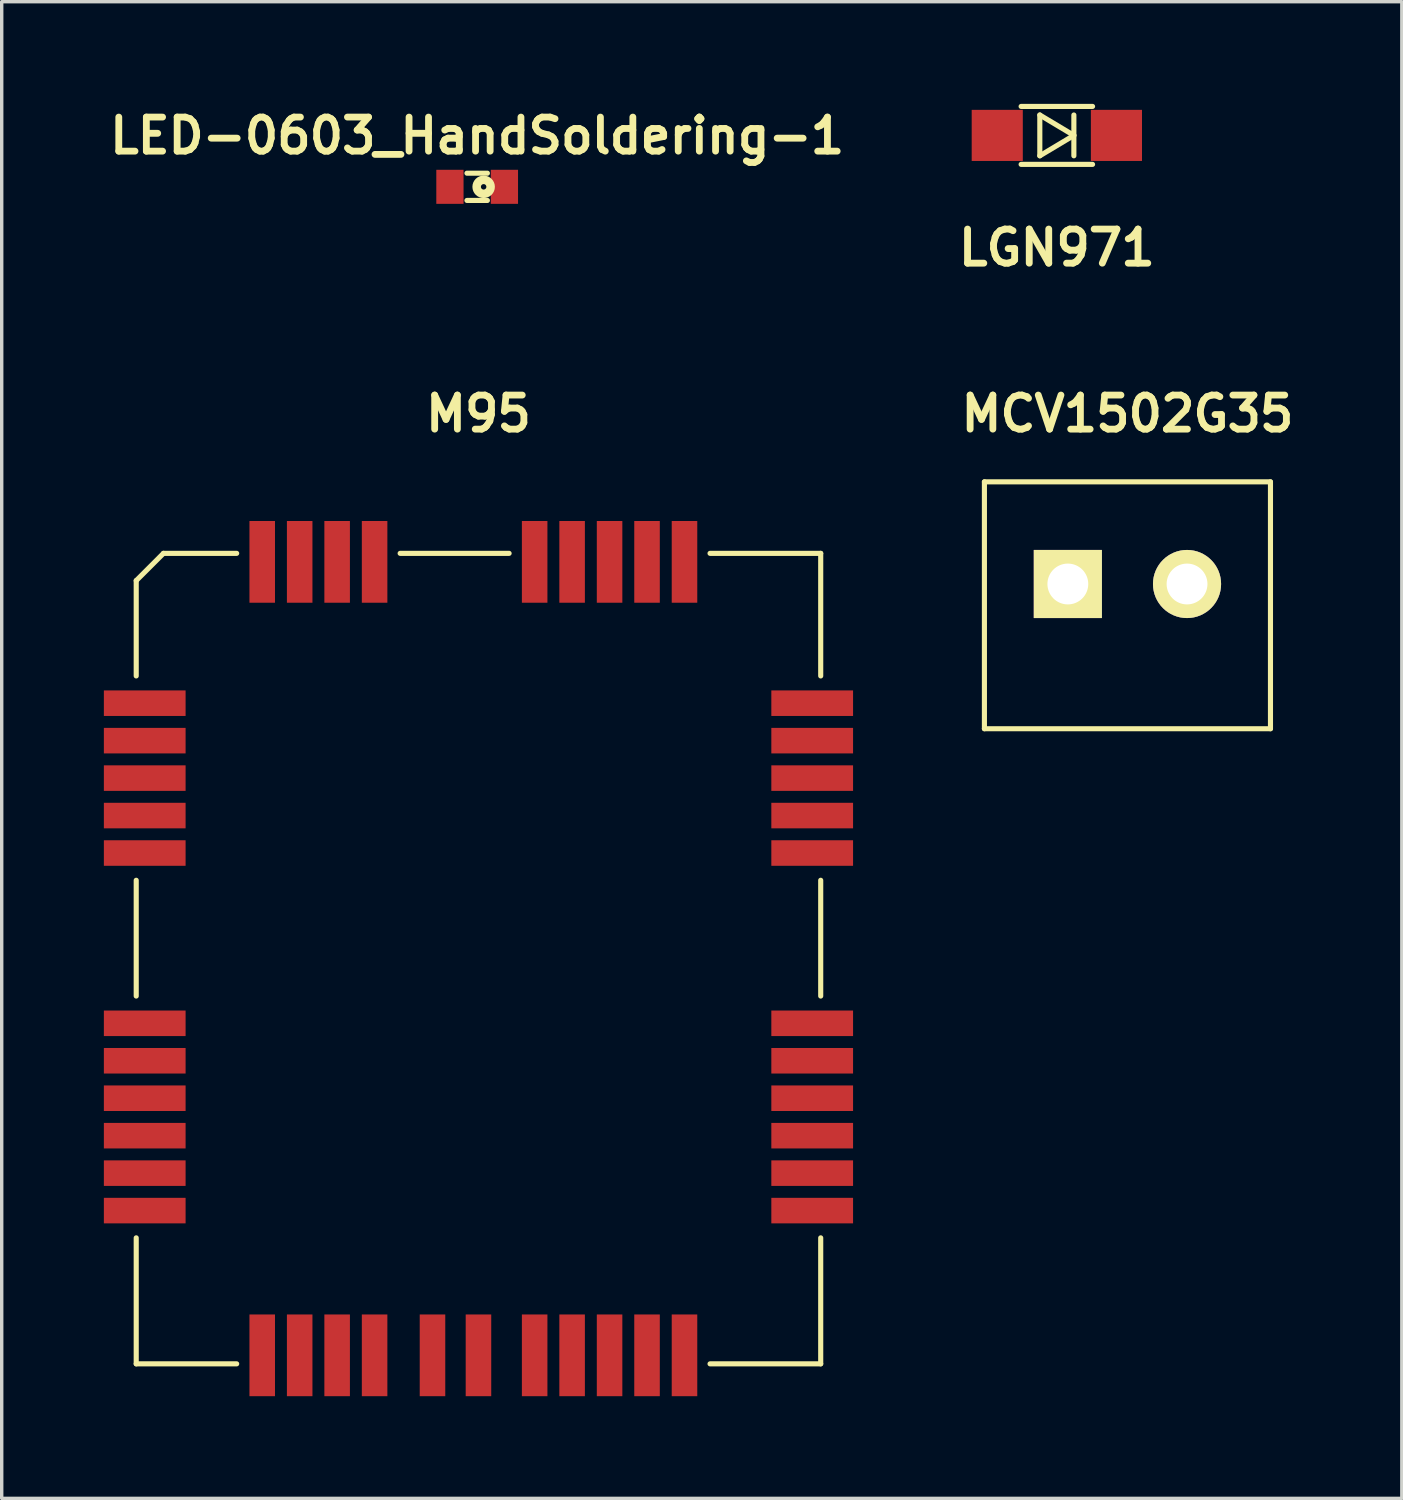
<source format=kicad_pcb>
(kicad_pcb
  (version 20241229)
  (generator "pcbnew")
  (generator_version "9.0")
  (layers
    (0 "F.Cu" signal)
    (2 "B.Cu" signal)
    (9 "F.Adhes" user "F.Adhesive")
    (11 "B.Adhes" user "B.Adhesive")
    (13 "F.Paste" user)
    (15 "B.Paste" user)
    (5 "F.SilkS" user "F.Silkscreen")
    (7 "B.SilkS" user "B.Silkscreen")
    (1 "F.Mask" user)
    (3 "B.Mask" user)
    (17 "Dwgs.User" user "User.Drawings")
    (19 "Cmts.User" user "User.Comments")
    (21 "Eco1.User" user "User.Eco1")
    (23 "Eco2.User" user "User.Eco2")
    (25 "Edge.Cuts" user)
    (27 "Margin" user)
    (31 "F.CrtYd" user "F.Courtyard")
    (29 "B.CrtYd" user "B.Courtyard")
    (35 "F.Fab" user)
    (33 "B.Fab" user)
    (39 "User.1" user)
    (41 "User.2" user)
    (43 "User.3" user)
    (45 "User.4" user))
  (footprint "LED-0603_HandSoldering-1"
    (layer "F.Cu")
    (at 10.962 2.436)
    (property "Reference" "LED-0603_HandSoldering-1" (at 0 -1.5 0) (layer "F.SilkS") (effects (font (size 1 1) (thickness 0.2))))
    (attr smd)
    (fp_line (start -0.3 -0.4) (end 0.3 -0.4) (stroke (width 0.15) (type solid)) (layer "F.SilkS"))
    (fp_line (start -0.3 0.4) (end 0.3 0.4) (stroke (width 0.15) (type solid)) (layer "F.SilkS"))
    (fp_circle (center 0.19 0) (end 0.11 0) (stroke (width 0.25) (type solid)) (fill no) (layer "F.SilkS"))
    (pad "1" smd rect (at -0.8 0 180) (size 0.8 1) (layers "F.Cu" "F.Mask" "F.Paste"))
    (pad "2" smd rect (at 0.8 0 180) (size 0.8 1) (layers "F.Cu" "F.Mask" "F.Paste")))
  (footprint "M95"
    (layer "F.Cu")
    (at 11 25.099)
    (property "Reference" "M95" (at 0 -16 0) (layer "F.SilkS") (effects (font (size 1 1) (thickness 0.2))))
    (attr through_hole)
    (fp_line (start -10.05 -11.1) (end -10.05 -8.3) (stroke (width 0.15) (type solid)) (layer "F.SilkS"))
    (fp_line (start -10.05 -11.1) (end -9.25 -11.9) (stroke (width 0.15) (type solid)) (layer "F.SilkS"))
    (fp_line (start -10.05 -2.3) (end -10.05 1.1) (stroke (width 0.15) (type solid)) (layer "F.SilkS"))
    (fp_line (start -10.05 8.2) (end -10.05 11.9) (stroke (width 0.15) (type solid)) (layer "F.SilkS"))
    (fp_line (start -10.05 11.9) (end -7.1 11.9) (stroke (width 0.15) (type solid)) (layer "F.SilkS"))
    (fp_line (start -7.1 -11.9) (end -9.25 -11.9) (stroke (width 0.15) (type solid)) (layer "F.SilkS"))
    (fp_line (start -2.3 -11.9) (end 0.9 -11.9) (stroke (width 0.15) (type solid)) (layer "F.SilkS"))
    (fp_line (start 6.8 -11.9) (end 10.05 -11.9) (stroke (width 0.15) (type solid)) (layer "F.SilkS"))
    (fp_line (start 10.05 -11.9) (end 10.05 -8.3) (stroke (width 0.15) (type solid)) (layer "F.SilkS"))
    (fp_line (start 10.05 -2.3) (end 10.05 1.1) (stroke (width 0.15) (type solid)) (layer "F.SilkS"))
    (fp_line (start 10.05 8.2) (end 10.05 11.9) (stroke (width 0.15) (type solid)) (layer "F.SilkS"))
    (fp_line (start 10.05 11.9) (end 6.8 11.9) (stroke (width 0.15) (type solid)) (layer "F.SilkS"))
    (pad "1" smd rect (at -9.8 -7.5) (size 2.4 0.75) (layers "F.Cu" "F.Mask" "F.Paste"))
    (pad "2" smd rect (at -9.8 -6.4) (size 2.4 0.75) (layers "F.Cu" "F.Mask" "F.Paste"))
    (pad "3" smd rect (at -9.8 -5.3) (size 2.4 0.75) (layers "F.Cu" "F.Mask" "F.Paste"))
    (pad "4" smd rect (at -9.8 -4.2) (size 2.4 0.75) (layers "F.Cu" "F.Mask" "F.Paste"))
    (pad "5" smd rect (at -9.8 -3.1) (size 2.4 0.75) (layers "F.Cu" "F.Mask" "F.Paste"))
    (pad "6" smd rect (at -9.8 1.9) (size 2.4 0.75) (layers "F.Cu" "F.Mask" "F.Paste"))
    (pad "7" smd rect (at -9.8 3) (size 2.4 0.75) (layers "F.Cu" "F.Mask" "F.Paste"))
    (pad "8" smd rect (at -9.8 4.1) (size 2.4 0.75) (layers "F.Cu" "F.Mask" "F.Paste"))
    (pad "9" smd rect (at -9.8 5.2) (size 2.4 0.75) (layers "F.Cu" "F.Mask" "F.Paste"))
    (pad "10" smd rect (at -9.8 6.3) (size 2.4 0.75) (layers "F.Cu" "F.Mask" "F.Paste"))
    (pad "11" smd rect (at -9.8 7.4) (size 2.4 0.75) (layers "F.Cu" "F.Mask" "F.Paste"))
    (pad "12" smd rect (at -6.35 11.65 90) (size 2.4 0.75) (layers "F.Cu" "F.Mask" "F.Paste"))
    (pad "13" smd rect (at -5.25 11.65 90) (size 2.4 0.75) (layers "F.Cu" "F.Mask" "F.Paste"))
    (pad "14" smd rect (at -4.15 11.65 90) (size 2.4 0.75) (layers "F.Cu" "F.Mask" "F.Paste"))
    (pad "15" smd rect (at -3.05 11.65 90) (size 2.4 0.75) (layers "F.Cu" "F.Mask" "F.Paste"))
    (pad "16" smd rect (at 1.65 11.65 90) (size 2.4 0.75) (layers "F.Cu" "F.Mask" "F.Paste"))
    (pad "17" smd rect (at 2.75 11.65 90) (size 2.4 0.75) (layers "F.Cu" "F.Mask" "F.Paste"))
    (pad "18" smd rect (at 3.85 11.65 90) (size 2.4 0.75) (layers "F.Cu" "F.Mask" "F.Paste"))
    (pad "19" smd rect (at 4.95 11.65 90) (size 2.4 0.75) (layers "F.Cu" "F.Mask" "F.Paste"))
    (pad "20" smd rect (at 6.05 11.65 90) (size 2.4 0.75) (layers "F.Cu" "F.Mask" "F.Paste"))
    (pad "21" smd rect (at 9.8 7.4) (size 2.4 0.75) (layers "F.Cu" "F.Mask" "F.Paste"))
    (pad "22" smd rect (at 9.8 6.3) (size 2.4 0.75) (layers "F.Cu" "F.Mask" "F.Paste"))
    (pad "23" smd rect (at 9.8 5.2) (size 2.4 0.75) (layers "F.Cu" "F.Mask" "F.Paste"))
    (pad "24" smd rect (at 9.8 4.1) (size 2.4 0.75) (layers "F.Cu" "F.Mask" "F.Paste"))
    (pad "25" smd rect (at 9.8 3) (size 2.4 0.75) (layers "F.Cu" "F.Mask" "F.Paste"))
    (pad "26" smd rect (at 9.8 1.9) (size 2.4 0.75) (layers "F.Cu" "F.Mask" "F.Paste"))
    (pad "27" smd rect (at 9.8 -3.1) (size 2.4 0.75) (layers "F.Cu" "F.Mask" "F.Paste"))
    (pad "28" smd rect (at 9.8 -4.2) (size 2.4 0.75) (layers "F.Cu" "F.Mask" "F.Paste"))
    (pad "29" smd rect (at 9.8 -5.3) (size 2.4 0.75) (layers "F.Cu" "F.Mask" "F.Paste"))
    (pad "30" smd rect (at 9.8 -6.4) (size 2.4 0.75) (layers "F.Cu" "F.Mask" "F.Paste"))
    (pad "31" smd rect (at 9.8 -7.5) (size 2.4 0.75) (layers "F.Cu" "F.Mask" "F.Paste"))
    (pad "32" smd rect (at 6.05 -11.65 90) (size 2.4 0.75) (layers "F.Cu" "F.Mask" "F.Paste"))
    (pad "33" smd rect (at 4.95 -11.65 90) (size 2.4 0.75) (layers "F.Cu" "F.Mask" "F.Paste"))
    (pad "34" smd rect (at 3.85 -11.65 90) (size 2.4 0.75) (layers "F.Cu" "F.Mask" "F.Paste"))
    (pad "35" smd rect (at 2.75 -11.65 90) (size 2.4 0.75) (layers "F.Cu" "F.Mask" "F.Paste"))
    (pad "36" smd rect (at 1.65 -11.65 90) (size 2.4 0.75) (layers "F.Cu" "F.Mask" "F.Paste"))
    (pad "37" smd rect (at -3.05 -11.65 90) (size 2.4 0.75) (layers "F.Cu" "F.Mask" "F.Paste"))
    (pad "38" smd rect (at -4.15 -11.65 90) (size 2.4 0.75) (layers "F.Cu" "F.Mask" "F.Paste"))
    (pad "39" smd rect (at -5.25 -11.65 90) (size 2.4 0.75) (layers "F.Cu" "F.Mask" "F.Paste"))
    (pad "40" smd rect (at -6.35 -11.65 90) (size 2.4 0.75) (layers "F.Cu" "F.Mask" "F.Paste"))
    (pad "41" smd rect (at -1.35 11.65 90) (size 2.4 0.75) (layers "F.Cu" "F.Mask" "F.Paste"))
    (pad "42" smd rect (at 0 11.65 90) (size 2.4 0.75) (layers "F.Cu" "F.Mask" "F.Paste")))
  (footprint "MCV1502G35"
    (layer "F.Cu")
    (at 30.057 14.099)
    (property "Reference" "MCV1502G35" (at 0 -5 0) (layer "F.SilkS") (effects (font (size 1 1) (thickness 0.2))))
    (attr through_hole)
    (fp_line (start -4.2 -3) (end -4.2 4.25) (stroke (width 0.15) (type solid)) (layer "F.SilkS"))
    (fp_line (start -4.2 -3) (end 4.2 -3) (stroke (width 0.15) (type solid)) (layer "F.SilkS"))
    (fp_line (start -4.2 4.25) (end 4.2 4.25) (stroke (width 0.15) (type solid)) (layer "F.SilkS"))
    (fp_line (start 4.2 -3) (end 4.2 4.25) (stroke (width 0.15) (type solid)) (layer "F.SilkS"))
    (pad "1" thru_hole rect (at -1.75 0) (size 2 2) (drill 1.199) (layers "*.Cu" "*.Mask" "F.SilkS"))
    (pad "2" thru_hole circle (at 1.75 0) (size 2 2) (drill 1.199) (layers "*.Cu" "*.Mask" "F.SilkS")))
  (footprint "LGN971"
    (layer "F.Cu")
    (at 27.984 0.926)
    (property "Reference" "LGN971" (at 0 3.299 0) (layer "F.SilkS") (effects (font (size 1.001 1.001) (thickness 0.201))))
    (attr through_hole)
    (fp_line (start -1.049 -0.851) (end 1.049 -0.851) (stroke (width 0.15) (type solid)) (layer "F.SilkS"))
    (fp_line (start -1.049 0.851) (end 1.049 0.851) (stroke (width 0.15) (type solid)) (layer "F.SilkS"))
    (fp_line (start -0.5 -0.599) (end -0.5 0.599) (stroke (width 0.15) (type solid)) (layer "F.SilkS"))
    (fp_line (start -0.5 -0.599) (end 0.5 0) (stroke (width 0.15) (type solid)) (layer "F.SilkS"))
    (fp_line (start -0.5 0.599) (end 0.5 0) (stroke (width 0.15) (type solid)) (layer "F.SilkS"))
    (fp_line (start 0.5 -0.599) (end 0.5 0.599) (stroke (width 0.15) (type solid)) (layer "F.SilkS"))
    (pad "1" smd rect (at -1.75 0) (size 1.501 1.501) (layers "F.Cu" "F.Mask" "F.Paste"))
    (pad "2" smd rect (at 1.75 0) (size 1.501 1.501) (layers "F.Cu" "F.Mask" "F.Paste")))
  (gr_rect
    (start -3 -3)
    (end 38.114 40.949)
    (stroke (width 0.1) (type default))
    (fill no)
    (layer "Edge.Cuts")))
</source>
